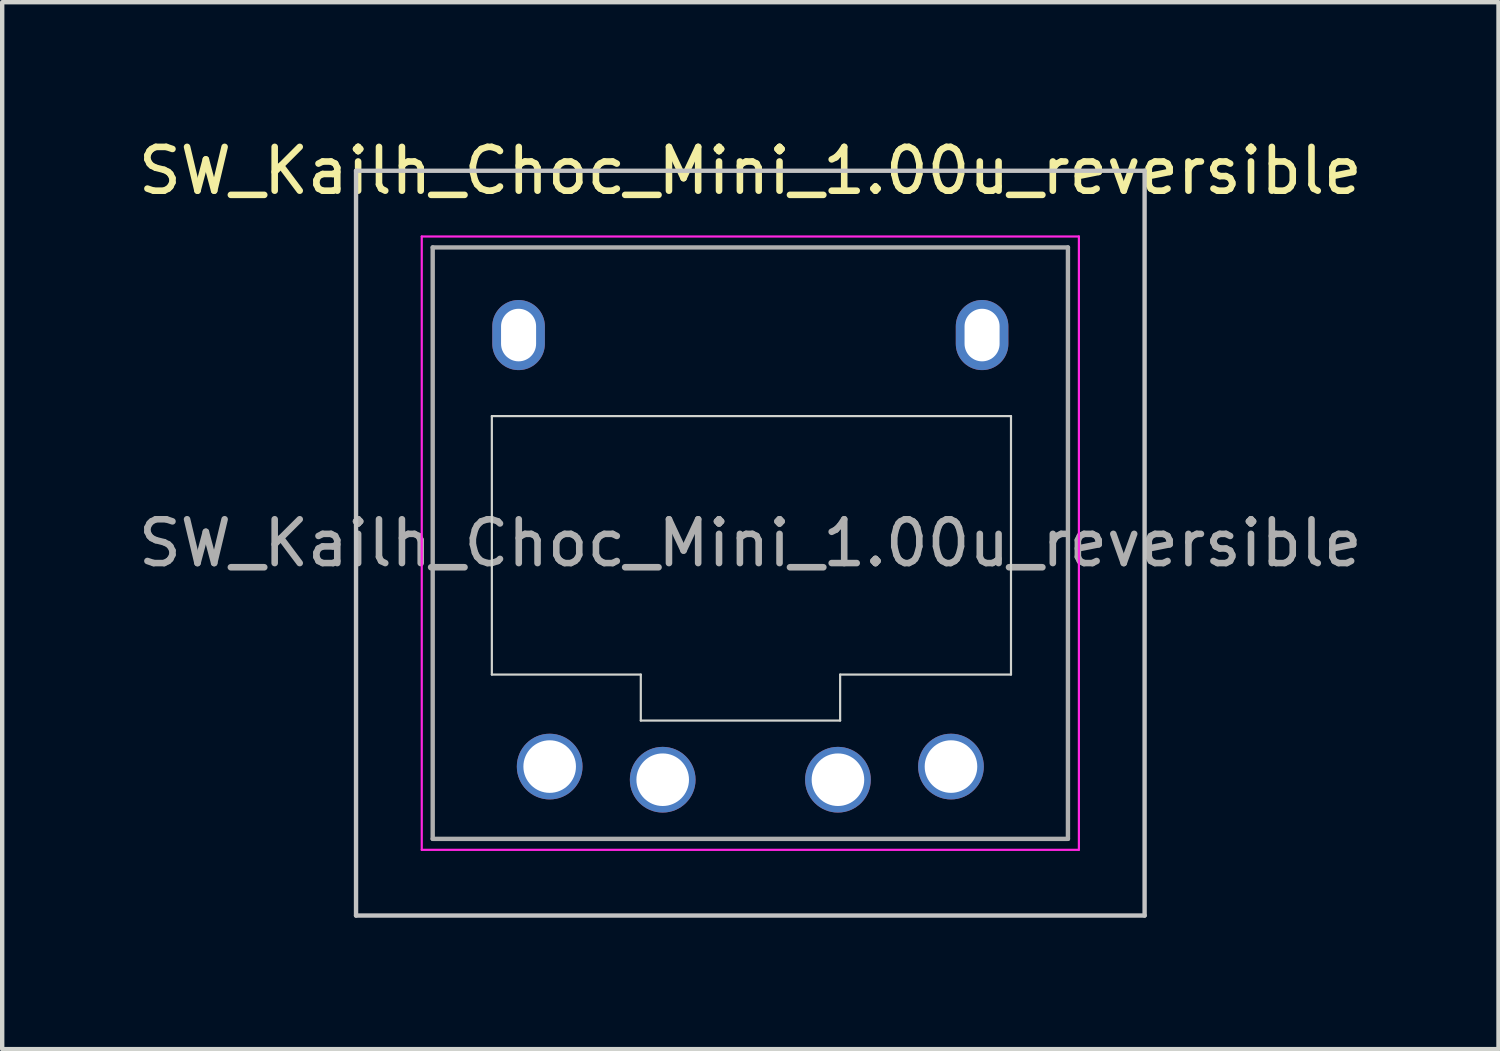
<source format=kicad_pcb>
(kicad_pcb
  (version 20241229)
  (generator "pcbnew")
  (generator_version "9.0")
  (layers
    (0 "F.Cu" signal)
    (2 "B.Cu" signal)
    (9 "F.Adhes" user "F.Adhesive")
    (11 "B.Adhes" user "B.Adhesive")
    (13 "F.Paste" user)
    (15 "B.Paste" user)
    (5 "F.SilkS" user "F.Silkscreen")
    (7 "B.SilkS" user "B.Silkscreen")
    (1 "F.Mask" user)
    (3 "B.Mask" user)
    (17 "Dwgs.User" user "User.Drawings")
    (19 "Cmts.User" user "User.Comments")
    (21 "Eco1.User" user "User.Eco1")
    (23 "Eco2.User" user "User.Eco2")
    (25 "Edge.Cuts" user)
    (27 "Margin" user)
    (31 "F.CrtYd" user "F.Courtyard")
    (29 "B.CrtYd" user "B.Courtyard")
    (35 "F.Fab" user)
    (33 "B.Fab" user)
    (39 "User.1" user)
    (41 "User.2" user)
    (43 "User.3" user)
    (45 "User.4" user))
  (footprint "SW_Kailh_Choc_Mini_1.00u_reversible"
    (layer "F.Cu")
    (at 14.077 9.348)
    (property "Reference" "SW_Kailh_Choc_Mini_1.00u_reversible" (at 0 -8.5 0) (layer "F.SilkS") (effects (font (size 1 1) (thickness 0.15))))
    (attr through_hole)
    (fp_line (start -9 -8.5) (end -9 8.5) (stroke (width 0.1) (type solid)) (layer "Dwgs.User"))
    (fp_line (start -9 -8.5) (end 9 -8.5) (stroke (width 0.1) (type solid)) (layer "Dwgs.User"))
    (fp_line (start -9 8.5) (end 9 8.5) (stroke (width 0.1) (type solid)) (layer "Dwgs.User"))
    (fp_line (start 9 8.5) (end 9 -8.5) (stroke (width 0.1) (type solid)) (layer "Dwgs.User"))
    (fp_line (start -6.85 -6.35) (end -6.85 6.35) (stroke (width 0.1) (type solid)) (layer "Eco1.User"))
    (fp_line (start -6.85 6.35) (end 6.85 6.35) (stroke (width 0.1) (type solid)) (layer "Eco1.User"))
    (fp_line (start 6.85 -6.35) (end -6.85 -6.35) (stroke (width 0.1) (type solid)) (layer "Eco1.User"))
    (fp_line (start 6.85 6.35) (end 6.85 -6.35) (stroke (width 0.1) (type solid)) (layer "Eco1.User"))
    (fp_line (start -5.9 -2.9) (end -5.9 3) (stroke (width 0.05) (type solid)) (layer "Edge.Cuts"))
    (fp_line (start -5.9 3) (end -2.5 3) (stroke (width 0.05) (type solid)) (layer "Edge.Cuts"))
    (fp_line (start -2.5 3) (end -2.5 4.05) (stroke (width 0.05) (type solid)) (layer "Edge.Cuts"))
    (fp_line (start -2.5 4.05) (end 2.05 4.05) (stroke (width 0.05) (type solid)) (layer "Edge.Cuts"))
    (fp_line (start 2.05 3) (end 5.95 3) (stroke (width 0.05) (type solid)) (layer "Edge.Cuts"))
    (fp_line (start 2.05 4.05) (end 2.05 3) (stroke (width 0.05) (type solid)) (layer "Edge.Cuts"))
    (fp_line (start 5.95 -2.9) (end -5.9 -2.9) (stroke (width 0.05) (type solid)) (layer "Edge.Cuts"))
    (fp_line (start 5.95 3) (end 5.95 -2.9) (stroke (width 0.05) (type solid)) (layer "Edge.Cuts"))
    (fp_line (start -7.5 -7) (end -7.5 7) (stroke (width 0.05) (type solid)) (layer "F.CrtYd"))
    (fp_line (start -7.5 7) (end 7.5 7) (stroke (width 0.05) (type solid)) (layer "F.CrtYd"))
    (fp_line (start 7.5 -7) (end -7.5 -7) (stroke (width 0.05) (type solid)) (layer "F.CrtYd"))
    (fp_line (start 7.5 7) (end 7.5 -7) (stroke (width 0.05) (type solid)) (layer "F.CrtYd"))
    (fp_line (start -7.25 -6.75) (end -7.25 6.75) (stroke (width 0.1) (type solid)) (layer "F.Fab"))
    (fp_line (start -7.25 6.75) (end 7.25 6.75) (stroke (width 0.1) (type solid)) (layer "F.Fab"))
    (fp_line (start 7.25 -6.75) (end -7.25 -6.75) (stroke (width 0.1) (type solid)) (layer "F.Fab"))
    (fp_line (start 7.25 6.75) (end 7.25 -6.75) (stroke (width 0.1) (type solid)) (layer "F.Fab"))
    (fp_text user "${REFERENCE}" (at 0 0 0) (layer "F.Fab") (effects (font (size 1 1) (thickness 0.15))))
    (pad "" thru_hole oval (at -5.29 -4.75) (size 1.2 1.6) (drill oval 0.8 1.2) (layers "*.Cu" "*.Mask"))
    (pad "" thru_hole oval (at 5.29 -4.75) (size 1.2 1.6) (drill oval 0.8 1.2) (layers "*.Cu" "*.Mask"))
    (pad "1" thru_hole circle (at -2 5.4) (size 1.5 1.5) (drill 1.2) (layers "*.Cu" "*.Mask"))
    (pad "1" thru_hole circle (at 2 5.4) (size 1.5 1.5) (drill 1.2) (layers "*.Cu" "*.Mask"))
    (pad "2" thru_hole circle (at -4.58 5.1) (size 1.5 1.5) (drill 1.2) (layers "*.Cu" "*.Mask"))
    (pad "2" thru_hole circle (at 4.58 5.1) (size 1.5 1.5) (drill 1.2) (layers "*.Cu" "*.Mask")))
  (gr_rect
    (start -3 -3)
    (end 31.155 20.898)
    (stroke (width 0.1) (type default))
    (fill no)
    (layer "Edge.Cuts")))
</source>
